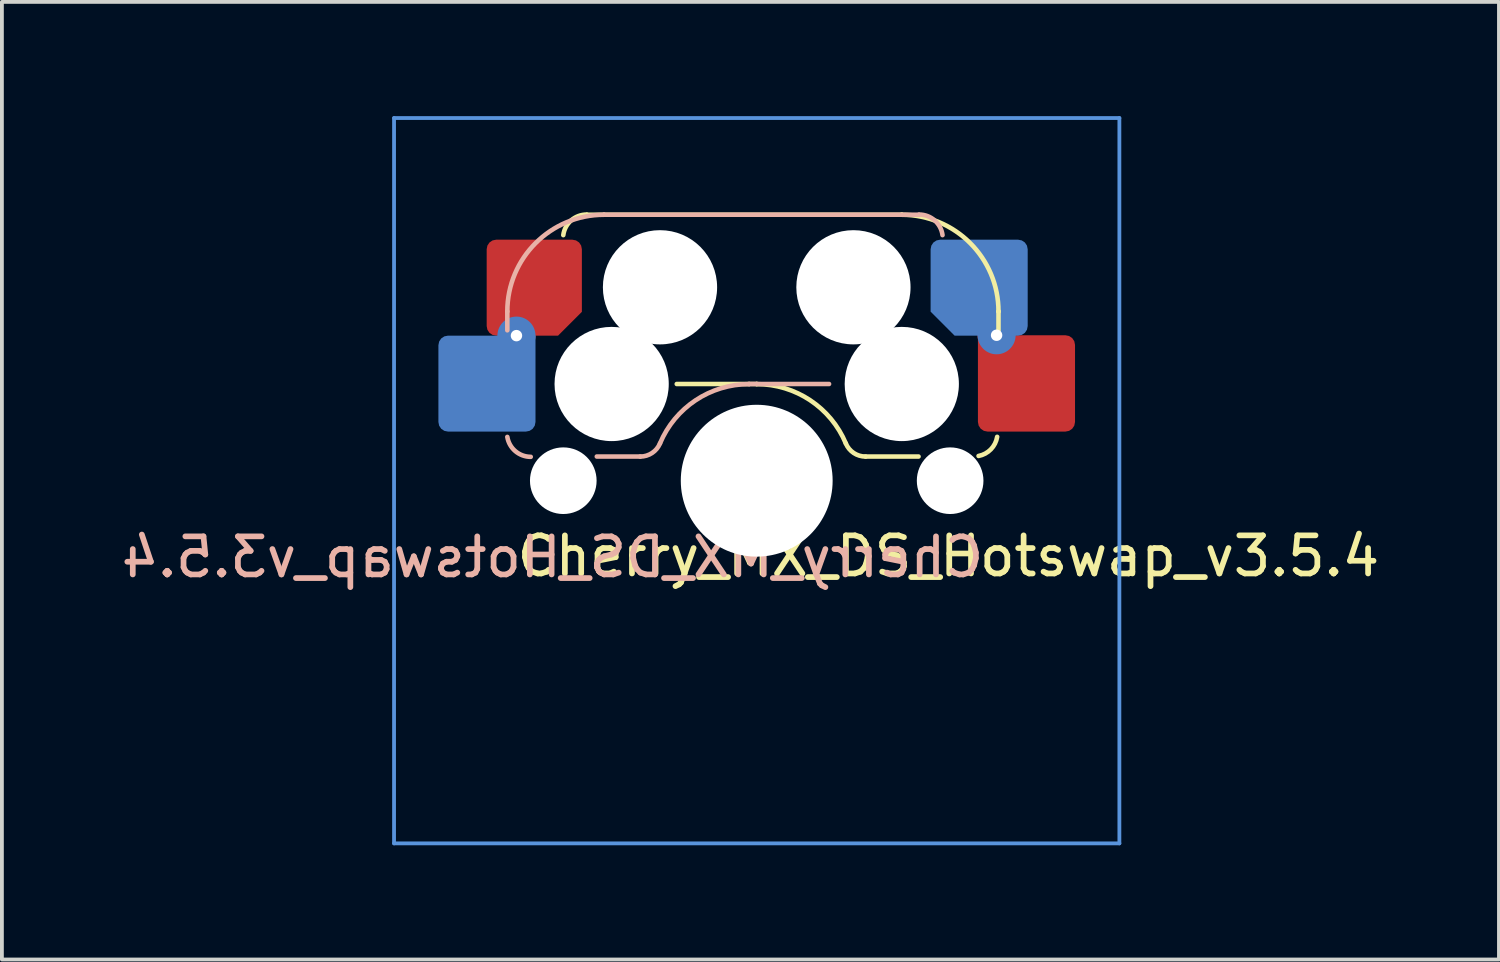
<source format=kicad_pcb>
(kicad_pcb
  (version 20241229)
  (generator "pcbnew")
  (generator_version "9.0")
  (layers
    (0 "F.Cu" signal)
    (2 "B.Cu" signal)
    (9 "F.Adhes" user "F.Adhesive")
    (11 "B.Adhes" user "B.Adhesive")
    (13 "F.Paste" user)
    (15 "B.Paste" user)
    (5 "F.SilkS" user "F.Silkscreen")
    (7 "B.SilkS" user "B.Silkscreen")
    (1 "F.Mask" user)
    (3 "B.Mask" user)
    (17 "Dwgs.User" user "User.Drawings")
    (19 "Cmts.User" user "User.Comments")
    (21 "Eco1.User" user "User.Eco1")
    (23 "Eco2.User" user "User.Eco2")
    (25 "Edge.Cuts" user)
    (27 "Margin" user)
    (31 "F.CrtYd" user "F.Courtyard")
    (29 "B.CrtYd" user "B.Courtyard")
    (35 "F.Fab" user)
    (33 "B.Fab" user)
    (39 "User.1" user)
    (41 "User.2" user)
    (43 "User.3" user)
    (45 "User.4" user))
  (footprint "Cherry_MX_DS_Hotswap_v3.5.4"
    (layer "F.Cu")
    (at 16.824 9.575)
    (property "Reference" "Cherry_MX_DS_Hotswap_v3.5.4" (at 6.045 2.007 180) (layer "B.SilkS") (effects (font (size 1 1) (thickness 0.15)) (justify left mirror)))
    (attr through_hole)
    (fp_line (start -2.1 -2.54) (end 0 -2.54) (stroke (width 0.12) (type solid)) (layer "F.SilkS"))
    (fp_line (start 0 -2.54) (end 0 -2.54) (stroke (width 0.12) (type solid)) (layer "F.SilkS"))
    (fp_line (start 3.81 -6.985) (end -4.46 -6.985) (stroke (width 0.12) (type solid)) (layer "F.SilkS"))
    (fp_line (start 3.81 -6.985) (end 3.81 -6.985) (stroke (width 0.12) (type solid)) (layer "F.SilkS"))
    (fp_line (start 4.25 -0.635) (end 2.86 -0.635) (stroke (width 0.12) (type solid)) (layer "F.SilkS"))
    (fp_line (start 6.35 -4.445) (end 6.35 -4.445) (stroke (width 0.12) (type solid)) (layer "F.SilkS"))
    (fp_line (start 6.35 -4.445) (end 6.35 -3.95) (stroke (width 0.12) (type solid)) (layer "F.SilkS"))
    (fp_arc (start -5.08 -6.45) (mid -4.874274 -6.835961) (end -4.465 -6.990181) (stroke (width 0.12) (type default)) (layer "F.SilkS"))
    (fp_arc (start 0 -2.536928) (mid 1.405313 -2.11213) (end 2.34 -0.98) (stroke (width 0.12) (type solid)) (layer "F.SilkS"))
    (fp_arc (start 2.859999 -0.633863) (mid 2.547384 -0.727888) (end 2.34 -0.98) (stroke (width 0.12) (type default)) (layer "F.SilkS"))
    (fp_arc (start 3.81 -6.985) (mid 5.606051 -6.241051) (end 6.35 -4.445) (stroke (width 0.12) (type solid)) (layer "F.SilkS"))
    (fp_arc (start 6.315019 -1.151955) (mid 6.15004 -0.824092) (end 5.82691 -0.65) (stroke (width 0.12) (type default)) (layer "F.SilkS"))
    (fp_line (start -6.55 -4.445) (end -6.55 -3.95) (stroke (width 0.12) (type solid)) (layer "B.SilkS"))
    (fp_line (start -4.01 -6.985) (end -4.01 -6.985) (stroke (width 0.12) (type solid)) (layer "B.SilkS"))
    (fp_line (start -3.06 -0.635) (end -4.2 -0.635) (stroke (width 0.12) (type solid)) (layer "B.SilkS"))
    (fp_line (start -0.2 -2.54) (end -0.2 -2.54) (stroke (width 0.12) (type solid)) (layer "B.SilkS"))
    (fp_line (start -0.2 -2.54) (end 1.9 -2.54) (stroke (width 0.12) (type solid)) (layer "B.SilkS"))
    (fp_line (start 4.26 -6.985) (end -4.01 -6.985) (stroke (width 0.12) (type solid)) (layer "B.SilkS"))
    (fp_arc (start -6.550003 -4.445004) (mid -5.806053 -6.241054) (end -4.010003 -6.985004) (stroke (width 0.12) (type solid)) (layer "B.SilkS"))
    (fp_arc (start -5.935132 -0.626921) (mid -6.338802 -0.775394) (end -6.550132 -1.150004) (stroke (width 0.12) (type default)) (layer "B.SilkS"))
    (fp_arc (start -2.540003 -0.980004) (mid -2.747388 -0.727894) (end -3.060002 -0.633867) (stroke (width 0.12) (type default)) (layer "B.SilkS"))
    (fp_arc (start -2.540003 -0.980004) (mid -1.605316 -2.112134) (end -0.200003 -2.536932) (stroke (width 0.12) (type solid)) (layer "B.SilkS"))
    (fp_arc (start 4.264997 -6.990185) (mid 4.674274 -6.835966) (end 4.879997 -6.450004) (stroke (width 0.12) (type default)) (layer "B.SilkS"))
    (fp_line (start -9.525 -9.525) (end 9.525 -9.525) (stroke (width 0.1) (type solid)) (layer "Cmts.User"))
    (fp_line (start -9.525 9.525) (end -9.525 -9.525) (stroke (width 0.1) (type solid)) (layer "Cmts.User"))
    (fp_line (start -9.525 9.525) (end 9.525 9.525) (stroke (width 0.1) (type solid)) (layer "Cmts.User"))
    (fp_line (start 9.525 9.525) (end 9.525 -9.525) (stroke (width 0.1) (type solid)) (layer "Cmts.User"))
    (fp_rect (start -7 7) (end 7 -7) (stroke (width 0.1) (type default)) (fill no) (layer "User.3"))
    (fp_rect (start 2.15 -6.5) (end -2.15 -7.5) (stroke (width 0.1) (type default)) (fill no) (layer "User.3"))
    (fp_rect (start 2.15 7.5) (end -2.15 6.5) (stroke (width 0.1) (type default)) (fill no) (layer "User.3"))
    (fp_rect (start -7 7) (end 7 -7) (stroke (width 0.12) (type default)) (fill no) (layer "User.4"))
    (fp_poly (pts (arc (start -4.01 -6.99) (mid -5.8 -6.24) (end -6.55 -4.44)) (xy -6.55 -3.96) (xy -8.53 -3.96) (xy -8.53 -1.15) (arc (start -6.55 -1.15) (mid -6.34 -0.77) (end -5.94 -0.63)) (arc (start -3.06 -0.63) (mid -2.75 -0.72) (end -2.54 -1)) (arc (start -2.54 -1) (mid -1.6 -2.11) (end -0.2 -2.54)) (arc (start 4.74 -2.54) (mid 5.13 -2.74) (end 5.28 -3.15)) (xy 5.28 -3.68) (xy 7.21 -3.68) (xy 7.21 -6.45) (arc (start 4.87 -6.45) (mid 4.67 -6.83) (end 4.26 -6.99))) (stroke (width 0.05) (type solid)) (fill no) (layer "User.9"))
    (fp_poly (pts (arc (start 3.9778 -6.985) (mid 5.7678 -6.235) (end 6.5178 -4.435)) (xy 6.518 -3.955) (xy 8.498 -3.955) (xy 8.498 -1.145) (arc (start 6.5178 -1.145) (mid 6.3078 -0.765) (end 5.9078 -0.625)) (arc (start 3.0278 -0.625) (mid 2.7178 -0.715) (end 2.5078 -0.995)) (arc (start 2.5078 -0.995) (mid 1.5678 -2.105) (end 0.1678 -2.535)) (arc (start -4.7722 -2.535) (mid -5.1622 -2.735) (end -5.3122 -3.145)) (xy -5.312 -3.675) (xy -7.242 -3.675) (xy -7.242 -6.445) (arc (start -4.9022 -6.445) (mid -4.7022 -6.825) (end -4.2922 -6.985))) (stroke (width 0.05) (type solid)) (fill no) (layer "User.10"))
    (fp_text user "${REFERENCE}" (at -6.375 1.981 180) (layer "F.SilkS") (effects (font (size 1 1) (thickness 0.15)) (justify left)))
    (pad "" np_thru_hole circle (at -5.08 0) (size 1.75 1.75) (drill 1.75) (layers "*.Cu" "*.Mask"))
    (pad "" np_thru_hole circle (at -3.81 -2.54) (size 3 3) (drill 3) (layers "*.Cu" "*.Mask"))
    (pad "" np_thru_hole circle (at -2.54 -5.08) (size 3 3) (drill 3) (layers "*.Cu" "*.Mask"))
    (pad "" np_thru_hole circle (at 0 0) (size 3.988 3.988) (drill 3.988) (layers "*.Cu" "*.Mask"))
    (pad "" np_thru_hole circle (at 2.54 -5.08) (size 3 3) (drill 3) (layers "*.Cu" "*.Mask"))
    (pad "" np_thru_hole circle (at 3.81 -2.54) (size 3 3) (drill 3) (layers "*.Cu" "*.Mask"))
    (pad "" np_thru_hole circle (at 5.08 0) (size 1.75 1.75) (drill 1.75) (layers "*.Cu" "*.Mask"))
    (pad "1" smd roundrect (at -7.085 -2.55) (size 2.55 2.52) (layers "B.Cu" "B.Mask" "B.Paste") (roundrect_rratio 0.1) (chamfer_ratio 0) (chamfer top_right))
    (pad "1" thru_hole circle (at -6.31 -3.81) (size 1 1) (drill 0.3) (layers "*.Cu"))
    (pad "1" smd roundrect (at -5.842 -5.07) (size 2.5 2.52) (layers "F.Cu" "F.Mask" "F.Paste") (roundrect_rratio 0.1) (chamfer_ratio 0.25) (chamfer bottom_right))
    (pad "2" smd roundrect (at 5.842 -5.07) (size 2.55 2.52) (layers "B.Cu" "B.Mask" "B.Paste") (roundrect_rratio 0.1) (chamfer_ratio 0.25) (chamfer bottom_left))
    (pad "2" thru_hole circle (at 6.3 -3.82) (size 1 1) (drill 0.3) (layers "*.Cu"))
    (pad "2" smd roundrect (at 7.085 -2.555) (size 2.55 2.53) (layers "F.Cu" "F.Mask" "F.Paste") (roundrect_rratio 0.1) (chamfer_ratio 0) (chamfer top_left)))
  (gr_rect
    (start -3 -3)
    (end 36.318 22.15)
    (stroke (width 0.1) (type default))
    (fill no)
    (layer "Edge.Cuts")))
</source>
